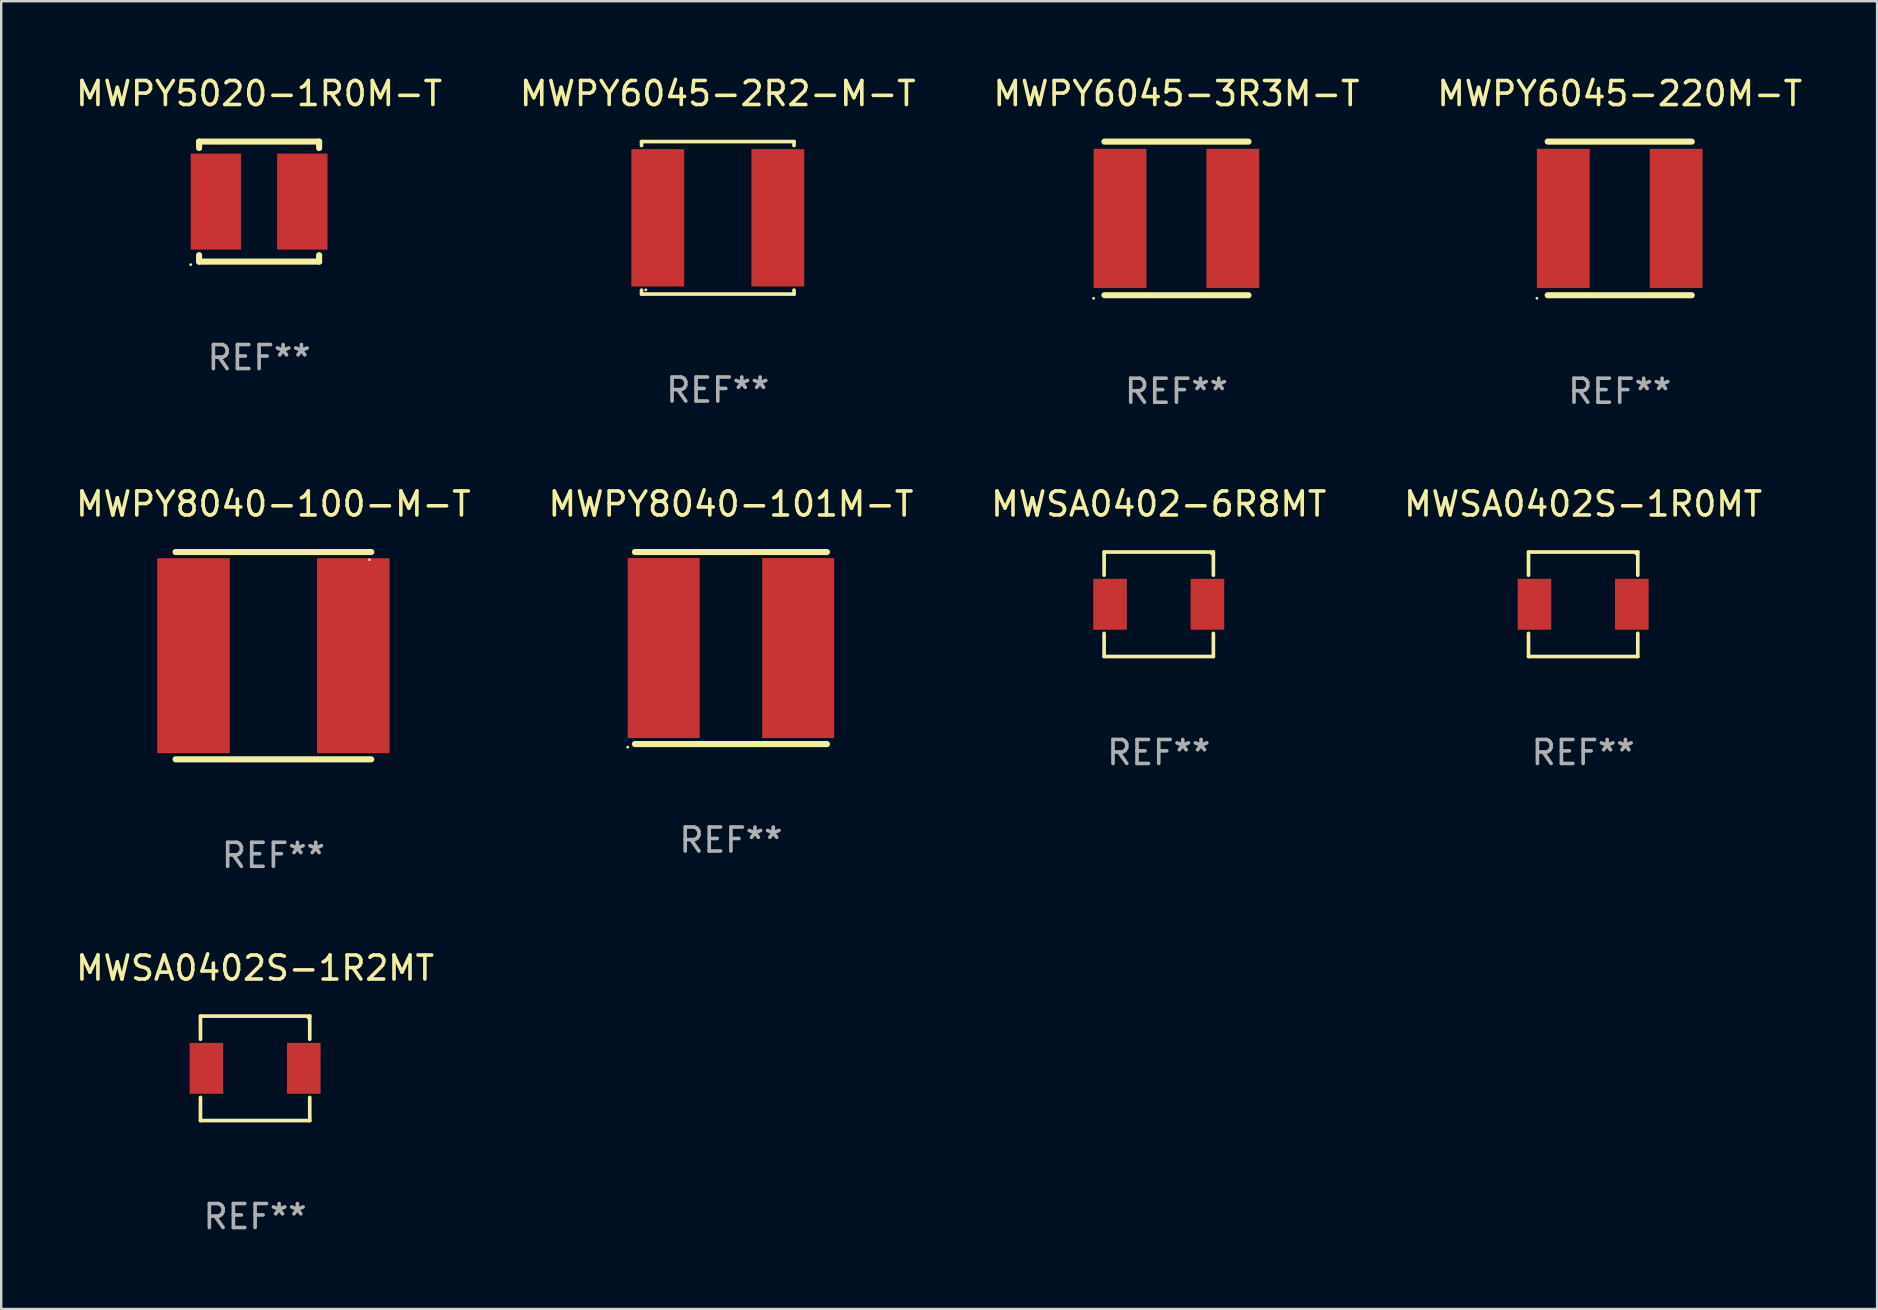
<source format=kicad_pcb>
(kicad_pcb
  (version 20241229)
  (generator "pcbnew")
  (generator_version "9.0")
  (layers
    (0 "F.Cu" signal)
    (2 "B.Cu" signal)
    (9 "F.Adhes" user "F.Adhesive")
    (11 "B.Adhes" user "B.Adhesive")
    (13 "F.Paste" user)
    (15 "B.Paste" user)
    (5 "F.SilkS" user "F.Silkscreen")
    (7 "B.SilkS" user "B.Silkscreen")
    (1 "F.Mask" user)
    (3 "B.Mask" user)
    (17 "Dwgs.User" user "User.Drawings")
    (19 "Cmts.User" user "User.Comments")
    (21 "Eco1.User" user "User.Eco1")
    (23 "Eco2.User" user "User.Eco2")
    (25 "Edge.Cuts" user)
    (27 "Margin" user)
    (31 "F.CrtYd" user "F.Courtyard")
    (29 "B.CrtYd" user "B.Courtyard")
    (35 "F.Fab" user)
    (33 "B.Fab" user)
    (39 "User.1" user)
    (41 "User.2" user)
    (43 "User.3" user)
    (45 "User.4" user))
  (footprint "MWPY6045-2R2-M-T"
    (layer "F.Cu")
    (at 26.851 6.024)
    (property "Reference" "MWPY6045-2R2-M-T" (at 0 -5.176 0) (layer "F.SilkS") (effects (font (size 1 1) (thickness 0.15))))
    (attr through_hole)
    (fp_line (start -3.176 -3.176) (end 3.176 -3.176) (stroke (width 0.152) (type solid)) (layer "F.SilkS"))
    (fp_line (start -3.176 -3.012) (end -3.176 -3.176) (stroke (width 0.152) (type solid)) (layer "F.SilkS"))
    (fp_line (start -3.176 3.012) (end -3.176 3.176) (stroke (width 0.152) (type solid)) (layer "F.SilkS"))
    (fp_line (start -3.176 3.176) (end 3.176 3.176) (stroke (width 0.152) (type solid)) (layer "F.SilkS"))
    (fp_line (start 3.176 -3.176) (end 3.176 -3.012) (stroke (width 0.152) (type solid)) (layer "F.SilkS"))
    (fp_line (start 3.176 3.176) (end 3.176 3.012) (stroke (width 0.152) (type solid)) (layer "F.SilkS"))
    (fp_circle (center -3 3) (end -2.97 3) (stroke (width 0.06) (type solid)) (fill no) (layer "F.SilkS"))
    (fp_text user "REF**" (at 0 7.176 0) (layer "F.Fab") (effects (font (size 1 1) (thickness 0.15))))
    (pad "1" smd rect (at -2.5 0) (size 2.2 5.72) (layers "F.Cu" "F.Mask" "F.Paste"))
    (pad "2" smd rect (at 2.5 0) (size 2.2 5.72) (layers "F.Cu" "F.Mask" "F.Paste")))
  (footprint "MWSA0402S-1R0MT"
    (layer "F.Cu")
    (at 62.899 22.122)
    (property "Reference" "MWSA0402S-1R0MT" (at 0 -4.176 0) (layer "F.SilkS") (effects (font (size 1 1) (thickness 0.15))))
    (attr through_hole)
    (fp_line (start -2.276 -2.176) (end 2.276 -2.176) (stroke (width 0.152) (type solid)) (layer "F.SilkS"))
    (fp_line (start -2.276 -1.212) (end -2.276 -2.176) (stroke (width 0.152) (type solid)) (layer "F.SilkS"))
    (fp_line (start -2.276 1.212) (end -2.276 2.176) (stroke (width 0.152) (type solid)) (layer "F.SilkS"))
    (fp_line (start -2.276 2.176) (end 2.276 2.176) (stroke (width 0.152) (type solid)) (layer "F.SilkS"))
    (fp_line (start 2.276 -2.176) (end 2.276 -1.212) (stroke (width 0.152) (type solid)) (layer "F.SilkS"))
    (fp_line (start 2.276 2.176) (end 2.276 1.212) (stroke (width 0.152) (type solid)) (layer "F.SilkS"))
    (fp_circle (center 2.2 -2.1) (end 2.23 -2.1) (stroke (width 0.06) (type solid)) (fill no) (layer "F.SilkS"))
    (fp_text user "REF**" (at 0 6.176 0) (layer "F.Fab") (effects (font (size 1 1) (thickness 0.15))))
    (pad "1" smd rect (at 2.028 0) (size 1.4 2.12) (layers "F.Cu" "F.Mask" "F.Paste"))
    (pad "2" smd rect (at -2.028 0) (size 1.4 2.12) (layers "F.Cu" "F.Mask" "F.Paste")))
  (footprint "MWSA0402-6R8MT"
    (layer "F.Cu")
    (at 45.22 22.122)
    (property "Reference" "MWSA0402-6R8MT" (at 0 -4.176 0) (layer "F.SilkS") (effects (font (size 1 1) (thickness 0.15))))
    (attr through_hole)
    (fp_line (start -2.276 -2.176) (end 2.276 -2.176) (stroke (width 0.152) (type solid)) (layer "F.SilkS"))
    (fp_line (start -2.276 -1.212) (end -2.276 -2.176) (stroke (width 0.152) (type solid)) (layer "F.SilkS"))
    (fp_line (start -2.276 1.212) (end -2.276 2.176) (stroke (width 0.152) (type solid)) (layer "F.SilkS"))
    (fp_line (start -2.276 2.176) (end 2.276 2.176) (stroke (width 0.152) (type solid)) (layer "F.SilkS"))
    (fp_line (start 2.276 -2.176) (end 2.276 -1.212) (stroke (width 0.152) (type solid)) (layer "F.SilkS"))
    (fp_line (start 2.276 2.176) (end 2.276 1.212) (stroke (width 0.152) (type solid)) (layer "F.SilkS"))
    (fp_circle (center 2.2 -2.1) (end 2.23 -2.1) (stroke (width 0.06) (type solid)) (fill no) (layer "F.SilkS"))
    (fp_text user "REF**" (at 0 6.176 0) (layer "F.Fab") (effects (font (size 1 1) (thickness 0.15))))
    (pad "1" smd rect (at 2.028 0) (size 1.4 2.12) (layers "F.Cu" "F.Mask" "F.Paste"))
    (pad "2" smd rect (at -2.028 0) (size 1.4 2.12) (layers "F.Cu" "F.Mask" "F.Paste")))
  (footprint "MWPY8040-100-M-T"
    (layer "F.Cu")
    (at 8.339 24.264)
    (property "Reference" "MWPY8040-100-M-T" (at 0 -6.318 0) (layer "F.SilkS") (effects (font (size 1 1) (thickness 0.15))))
    (attr through_hole)
    (fp_line (start -4.076 -4.318) (end 4.076 -4.318) (stroke (width 0.254) (type solid)) (layer "F.SilkS"))
    (fp_line (start -4.076 4.318) (end 4.076 4.318) (stroke (width 0.254) (type solid)) (layer "F.SilkS"))
    (fp_circle (center 4 -4) (end 4.03 -4) (stroke (width 0.06) (type solid)) (fill no) (layer "F.SilkS"))
    (fp_text user "REF**" (at 0 8.318 0) (layer "F.Fab") (effects (font (size 1 1) (thickness 0.15))))
    (pad "1" smd rect (at 3.328 0) (size 3.024 8.12) (layers "F.Cu" "F.Mask" "F.Paste"))
    (pad "2" smd rect (at -3.328 0) (size 3.024 8.12) (layers "F.Cu" "F.Mask" "F.Paste")))
  (footprint "MWSA0402S-1R2MT"
    (layer "F.Cu")
    (at 7.577 41.454)
    (property "Reference" "MWSA0402S-1R2MT" (at 0 -4.176 0) (layer "F.SilkS") (effects (font (size 1 1) (thickness 0.15))))
    (attr through_hole)
    (fp_line (start -2.276 -2.176) (end 2.276 -2.176) (stroke (width 0.152) (type solid)) (layer "F.SilkS"))
    (fp_line (start -2.276 -1.212) (end -2.276 -2.176) (stroke (width 0.152) (type solid)) (layer "F.SilkS"))
    (fp_line (start -2.276 1.212) (end -2.276 2.176) (stroke (width 0.152) (type solid)) (layer "F.SilkS"))
    (fp_line (start -2.276 2.176) (end 2.276 2.176) (stroke (width 0.152) (type solid)) (layer "F.SilkS"))
    (fp_line (start 2.276 -2.176) (end 2.276 -1.212) (stroke (width 0.152) (type solid)) (layer "F.SilkS"))
    (fp_line (start 2.276 2.176) (end 2.276 1.212) (stroke (width 0.152) (type solid)) (layer "F.SilkS"))
    (fp_circle (center 2.2 -2.1) (end 2.23 -2.1) (stroke (width 0.06) (type solid)) (fill no) (layer "F.SilkS"))
    (fp_text user "REF**" (at 0 6.176 0) (layer "F.Fab") (effects (font (size 1 1) (thickness 0.15))))
    (pad "1" smd rect (at 2.028 0) (size 1.4 2.12) (layers "F.Cu" "F.Mask" "F.Paste"))
    (pad "2" smd rect (at -2.028 0) (size 1.4 2.12) (layers "F.Cu" "F.Mask" "F.Paste")))
  (footprint "MWPY5020-1R0M-T"
    (layer "F.Cu")
    (at 7.744 5.348)
    (property "Reference" "MWPY5020-1R0M-T" (at 0 -4.5 0) (layer "F.SilkS") (effects (font (size 1 1) (thickness 0.15))))
    (attr through_hole)
    (fp_line (start -2.5 -2.5) (end -2.5 -2.231) (stroke (width 0.254) (type solid)) (layer "F.SilkS"))
    (fp_line (start -2.5 -2.5) (end 2.5 -2.5) (stroke (width 0.254) (type solid)) (layer "F.SilkS"))
    (fp_line (start -2.5 2.231) (end -2.5 2.5) (stroke (width 0.254) (type solid)) (layer "F.SilkS"))
    (fp_line (start -2.5 2.5) (end 2.5 2.5) (stroke (width 0.254) (type solid)) (layer "F.SilkS"))
    (fp_line (start 2.5 -2.5) (end 2.5 -2.231) (stroke (width 0.254) (type solid)) (layer "F.SilkS"))
    (fp_line (start 2.5 2.231) (end 2.5 2.5) (stroke (width 0.254) (type solid)) (layer "F.SilkS"))
    (fp_circle (center -2.85 2.627) (end -2.82 2.627) (stroke (width 0.06) (type solid)) (fill no) (layer "F.SilkS"))
    (fp_text user "REF**" (at 0 6.5 0) (layer "F.Fab") (effects (font (size 1 1) (thickness 0.15))))
    (pad "1" smd rect (at -1.8 0) (size 2.1 4) (layers "F.Cu" "F.Mask" "F.Paste"))
    (pad "2" smd rect (at 1.8 0) (size 2.1 4) (layers "F.Cu" "F.Mask" "F.Paste")))
  (footprint "MWPY8040-101M-T"
    (layer "F.Cu")
    (at 27.399 23.946)
    (property "Reference" "MWPY8040-101M-T" (at 0 -6 0) (layer "F.SilkS") (effects (font (size 1 1) (thickness 0.15))))
    (attr through_hole)
    (fp_line (start -4 -4) (end 4 -4) (stroke (width 0.254) (type solid)) (layer "F.SilkS"))
    (fp_line (start -4 4) (end 4 4) (stroke (width 0.254) (type solid)) (layer "F.SilkS"))
    (fp_circle (center -4.3 4.127) (end -4.27 4.127) (stroke (width 0.06) (type solid)) (fill no) (layer "F.SilkS"))
    (fp_text user "REF**" (at 0 8 0) (layer "F.Fab") (effects (font (size 1 1) (thickness 0.15))))
    (pad "1" smd rect (at -2.8 0 90) (size 7.5 3) (layers "F.Cu" "F.Mask" "F.Paste"))
    (pad "2" smd rect (at 2.8 0 90) (size 7.5 3) (layers "F.Cu" "F.Mask" "F.Paste")))
  (footprint "MWPY6045-220M-T"
    (layer "F.Cu")
    (at 64.423 6.049)
    (property "Reference" "MWPY6045-220M-T" (at 0 -5.2 0) (layer "F.SilkS") (effects (font (size 1 1) (thickness 0.15))))
    (attr through_hole)
    (fp_line (start -3.001 -3.2) (end 3.001 -3.2) (stroke (width 0.254) (type solid)) (layer "F.SilkS"))
    (fp_line (start -3.001 3.2) (end 3.001 3.2) (stroke (width 0.254) (type solid)) (layer "F.SilkS"))
    (fp_circle (center -3.45 3.327) (end -3.42 3.327) (stroke (width 0.06) (type solid)) (fill no) (layer "F.SilkS"))
    (fp_text user "REF**" (at 0 7.2 0) (layer "F.Fab") (effects (font (size 1 1) (thickness 0.15))))
    (pad "1" smd rect (at -2.35 0) (size 2.2 5.8) (layers "F.Cu" "F.Mask" "F.Paste"))
    (pad "2" smd rect (at 2.35 0) (size 2.2 5.8) (layers "F.Cu" "F.Mask" "F.Paste")))
  (footprint "MWPY6045-3R3M-T"
    (layer "F.Cu")
    (at 45.958 6.049)
    (property "Reference" "MWPY6045-3R3M-T" (at 0 -5.2 0) (layer "F.SilkS") (effects (font (size 1 1) (thickness 0.15))))
    (attr through_hole)
    (fp_line (start -3.001 -3.2) (end 3.001 -3.2) (stroke (width 0.254) (type solid)) (layer "F.SilkS"))
    (fp_line (start -3.001 3.2) (end 3.001 3.2) (stroke (width 0.254) (type solid)) (layer "F.SilkS"))
    (fp_circle (center -3.45 3.327) (end -3.42 3.327) (stroke (width 0.06) (type solid)) (fill no) (layer "F.SilkS"))
    (fp_text user "REF**" (at 0 7.2 0) (layer "F.Fab") (effects (font (size 1 1) (thickness 0.15))))
    (pad "1" smd rect (at -2.35 0) (size 2.2 5.8) (layers "F.Cu" "F.Mask" "F.Paste"))
    (pad "2" smd rect (at 2.35 0) (size 2.2 5.8) (layers "F.Cu" "F.Mask" "F.Paste")))
  (gr_rect
    (start -3 -3)
    (end 75.143 51.479)
    (stroke (width 0.1) (type default))
    (fill no)
    (layer "Edge.Cuts")))
</source>
